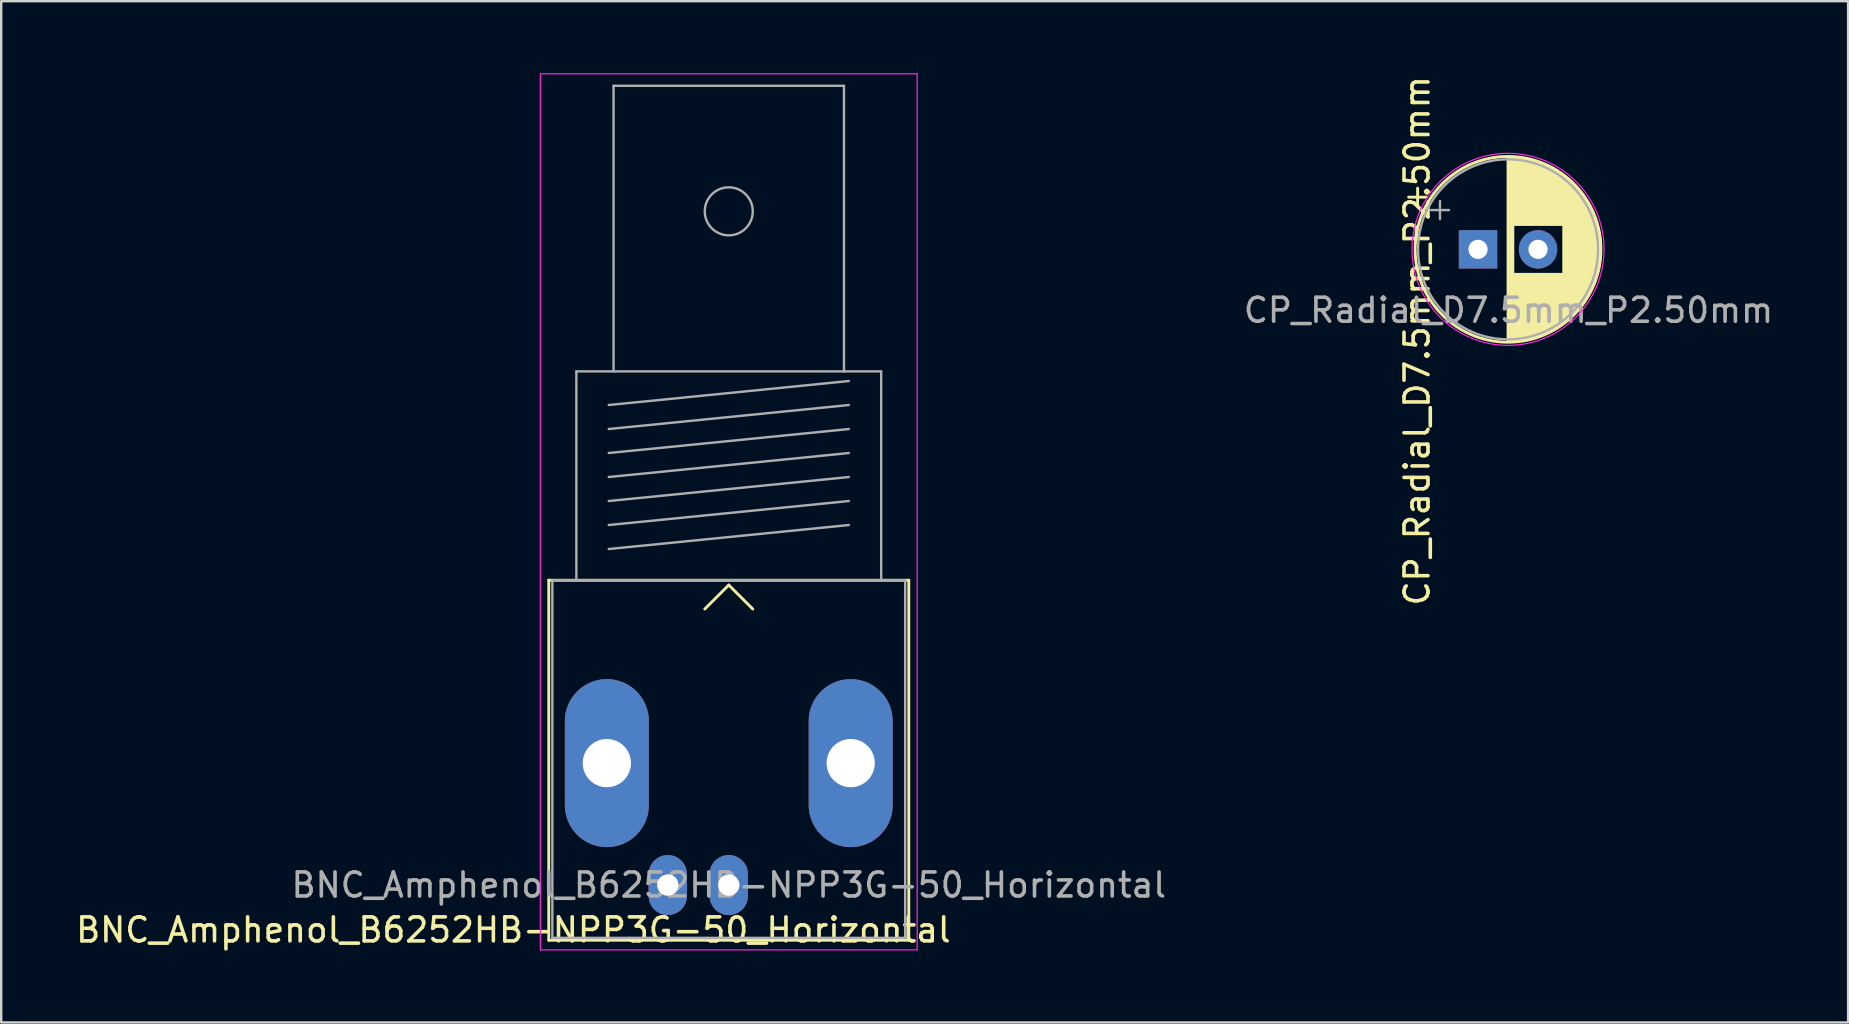
<source format=kicad_pcb>
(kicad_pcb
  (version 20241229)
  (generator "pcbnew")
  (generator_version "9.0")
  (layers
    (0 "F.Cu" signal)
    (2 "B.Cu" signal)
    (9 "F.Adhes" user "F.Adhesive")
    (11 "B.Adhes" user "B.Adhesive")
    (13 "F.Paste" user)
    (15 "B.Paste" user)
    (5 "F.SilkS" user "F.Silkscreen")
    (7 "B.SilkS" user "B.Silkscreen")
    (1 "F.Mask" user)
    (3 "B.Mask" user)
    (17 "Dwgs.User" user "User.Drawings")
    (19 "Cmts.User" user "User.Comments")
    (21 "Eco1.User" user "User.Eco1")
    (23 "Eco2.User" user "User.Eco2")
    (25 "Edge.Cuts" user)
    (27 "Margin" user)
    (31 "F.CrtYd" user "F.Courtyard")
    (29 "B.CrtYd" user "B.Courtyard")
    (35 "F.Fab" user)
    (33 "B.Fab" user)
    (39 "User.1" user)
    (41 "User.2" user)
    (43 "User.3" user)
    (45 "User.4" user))
  (footprint "CP_Radial_D7.5mm_P2.50mm"
    (layer "F.Cu")
    (at 58.532 7.339)
    (property "Reference" "CP_Radial_D7.5mm_P2.50mm" (at -2.54 3.81 270) (layer "F.SilkS") (effects (font (size 1 1) (thickness 0.15))))
    (attr through_hole)
    (fp_line (start -2.892 -2.175) (end -2.142 -2.175) (stroke (width 0.12) (type solid)) (layer "F.SilkS"))
    (fp_line (start -2.517 -2.55) (end -2.517 -1.8) (stroke (width 0.12) (type solid)) (layer "F.SilkS"))
    (fp_line (start 1.25 -3.83) (end 1.25 3.83) (stroke (width 0.12) (type solid)) (layer "F.SilkS"))
    (fp_line (start 1.29 -3.83) (end 1.29 3.83) (stroke (width 0.12) (type solid)) (layer "F.SilkS"))
    (fp_line (start 1.33 -3.83) (end 1.33 3.83) (stroke (width 0.12) (type solid)) (layer "F.SilkS"))
    (fp_line (start 1.37 -3.829) (end 1.37 3.829) (stroke (width 0.12) (type solid)) (layer "F.SilkS"))
    (fp_line (start 1.41 -3.827) (end 1.41 3.827) (stroke (width 0.12) (type solid)) (layer "F.SilkS"))
    (fp_line (start 1.45 -3.825) (end 1.45 3.825) (stroke (width 0.12) (type solid)) (layer "F.SilkS"))
    (fp_line (start 1.49 -3.823) (end 1.49 -1.04) (stroke (width 0.12) (type solid)) (layer "F.SilkS"))
    (fp_line (start 1.49 1.04) (end 1.49 3.823) (stroke (width 0.12) (type solid)) (layer "F.SilkS"))
    (fp_line (start 1.53 -3.82) (end 1.53 -1.04) (stroke (width 0.12) (type solid)) (layer "F.SilkS"))
    (fp_line (start 1.53 1.04) (end 1.53 3.82) (stroke (width 0.12) (type solid)) (layer "F.SilkS"))
    (fp_line (start 1.57 -3.817) (end 1.57 -1.04) (stroke (width 0.12) (type solid)) (layer "F.SilkS"))
    (fp_line (start 1.57 1.04) (end 1.57 3.817) (stroke (width 0.12) (type solid)) (layer "F.SilkS"))
    (fp_line (start 1.61 -3.814) (end 1.61 -1.04) (stroke (width 0.12) (type solid)) (layer "F.SilkS"))
    (fp_line (start 1.61 1.04) (end 1.61 3.814) (stroke (width 0.12) (type solid)) (layer "F.SilkS"))
    (fp_line (start 1.65 -3.81) (end 1.65 -1.04) (stroke (width 0.12) (type solid)) (layer "F.SilkS"))
    (fp_line (start 1.65 1.04) (end 1.65 3.81) (stroke (width 0.12) (type solid)) (layer "F.SilkS"))
    (fp_line (start 1.69 -3.805) (end 1.69 -1.04) (stroke (width 0.12) (type solid)) (layer "F.SilkS"))
    (fp_line (start 1.69 1.04) (end 1.69 3.805) (stroke (width 0.12) (type solid)) (layer "F.SilkS"))
    (fp_line (start 1.73 -3.801) (end 1.73 -1.04) (stroke (width 0.12) (type solid)) (layer "F.SilkS"))
    (fp_line (start 1.73 1.04) (end 1.73 3.801) (stroke (width 0.12) (type solid)) (layer "F.SilkS"))
    (fp_line (start 1.77 -3.795) (end 1.77 -1.04) (stroke (width 0.12) (type solid)) (layer "F.SilkS"))
    (fp_line (start 1.77 1.04) (end 1.77 3.795) (stroke (width 0.12) (type solid)) (layer "F.SilkS"))
    (fp_line (start 1.81 -3.79) (end 1.81 -1.04) (stroke (width 0.12) (type solid)) (layer "F.SilkS"))
    (fp_line (start 1.81 1.04) (end 1.81 3.79) (stroke (width 0.12) (type solid)) (layer "F.SilkS"))
    (fp_line (start 1.85 -3.784) (end 1.85 -1.04) (stroke (width 0.12) (type solid)) (layer "F.SilkS"))
    (fp_line (start 1.85 1.04) (end 1.85 3.784) (stroke (width 0.12) (type solid)) (layer "F.SilkS"))
    (fp_line (start 1.89 -3.777) (end 1.89 -1.04) (stroke (width 0.12) (type solid)) (layer "F.SilkS"))
    (fp_line (start 1.89 1.04) (end 1.89 3.777) (stroke (width 0.12) (type solid)) (layer "F.SilkS"))
    (fp_line (start 1.93 -3.77) (end 1.93 -1.04) (stroke (width 0.12) (type solid)) (layer "F.SilkS"))
    (fp_line (start 1.93 1.04) (end 1.93 3.77) (stroke (width 0.12) (type solid)) (layer "F.SilkS"))
    (fp_line (start 1.971 -3.763) (end 1.971 -1.04) (stroke (width 0.12) (type solid)) (layer "F.SilkS"))
    (fp_line (start 1.971 1.04) (end 1.971 3.763) (stroke (width 0.12) (type solid)) (layer "F.SilkS"))
    (fp_line (start 2.011 -3.755) (end 2.011 -1.04) (stroke (width 0.12) (type solid)) (layer "F.SilkS"))
    (fp_line (start 2.011 1.04) (end 2.011 3.755) (stroke (width 0.12) (type solid)) (layer "F.SilkS"))
    (fp_line (start 2.051 -3.747) (end 2.051 -1.04) (stroke (width 0.12) (type solid)) (layer "F.SilkS"))
    (fp_line (start 2.051 1.04) (end 2.051 3.747) (stroke (width 0.12) (type solid)) (layer "F.SilkS"))
    (fp_line (start 2.091 -3.738) (end 2.091 -1.04) (stroke (width 0.12) (type solid)) (layer "F.SilkS"))
    (fp_line (start 2.091 1.04) (end 2.091 3.738) (stroke (width 0.12) (type solid)) (layer "F.SilkS"))
    (fp_line (start 2.131 -3.729) (end 2.131 -1.04) (stroke (width 0.12) (type solid)) (layer "F.SilkS"))
    (fp_line (start 2.131 1.04) (end 2.131 3.729) (stroke (width 0.12) (type solid)) (layer "F.SilkS"))
    (fp_line (start 2.171 -3.72) (end 2.171 -1.04) (stroke (width 0.12) (type solid)) (layer "F.SilkS"))
    (fp_line (start 2.171 1.04) (end 2.171 3.72) (stroke (width 0.12) (type solid)) (layer "F.SilkS"))
    (fp_line (start 2.211 -3.71) (end 2.211 -1.04) (stroke (width 0.12) (type solid)) (layer "F.SilkS"))
    (fp_line (start 2.211 1.04) (end 2.211 3.71) (stroke (width 0.12) (type solid)) (layer "F.SilkS"))
    (fp_line (start 2.251 -3.699) (end 2.251 -1.04) (stroke (width 0.12) (type solid)) (layer "F.SilkS"))
    (fp_line (start 2.251 1.04) (end 2.251 3.699) (stroke (width 0.12) (type solid)) (layer "F.SilkS"))
    (fp_line (start 2.291 -3.688) (end 2.291 -1.04) (stroke (width 0.12) (type solid)) (layer "F.SilkS"))
    (fp_line (start 2.291 1.04) (end 2.291 3.688) (stroke (width 0.12) (type solid)) (layer "F.SilkS"))
    (fp_line (start 2.331 -3.677) (end 2.331 -1.04) (stroke (width 0.12) (type solid)) (layer "F.SilkS"))
    (fp_line (start 2.331 1.04) (end 2.331 3.677) (stroke (width 0.12) (type solid)) (layer "F.SilkS"))
    (fp_line (start 2.371 -3.665) (end 2.371 -1.04) (stroke (width 0.12) (type solid)) (layer "F.SilkS"))
    (fp_line (start 2.371 1.04) (end 2.371 3.665) (stroke (width 0.12) (type solid)) (layer "F.SilkS"))
    (fp_line (start 2.411 -3.653) (end 2.411 -1.04) (stroke (width 0.12) (type solid)) (layer "F.SilkS"))
    (fp_line (start 2.411 1.04) (end 2.411 3.653) (stroke (width 0.12) (type solid)) (layer "F.SilkS"))
    (fp_line (start 2.451 -3.64) (end 2.451 -1.04) (stroke (width 0.12) (type solid)) (layer "F.SilkS"))
    (fp_line (start 2.451 1.04) (end 2.451 3.64) (stroke (width 0.12) (type solid)) (layer "F.SilkS"))
    (fp_line (start 2.491 -3.626) (end 2.491 -1.04) (stroke (width 0.12) (type solid)) (layer "F.SilkS"))
    (fp_line (start 2.491 1.04) (end 2.491 3.626) (stroke (width 0.12) (type solid)) (layer "F.SilkS"))
    (fp_line (start 2.531 -3.613) (end 2.531 -1.04) (stroke (width 0.12) (type solid)) (layer "F.SilkS"))
    (fp_line (start 2.531 1.04) (end 2.531 3.613) (stroke (width 0.12) (type solid)) (layer "F.SilkS"))
    (fp_line (start 2.571 -3.598) (end 2.571 -1.04) (stroke (width 0.12) (type solid)) (layer "F.SilkS"))
    (fp_line (start 2.571 1.04) (end 2.571 3.598) (stroke (width 0.12) (type solid)) (layer "F.SilkS"))
    (fp_line (start 2.611 -3.584) (end 2.611 -1.04) (stroke (width 0.12) (type solid)) (layer "F.SilkS"))
    (fp_line (start 2.611 1.04) (end 2.611 3.584) (stroke (width 0.12) (type solid)) (layer "F.SilkS"))
    (fp_line (start 2.651 -3.568) (end 2.651 -1.04) (stroke (width 0.12) (type solid)) (layer "F.SilkS"))
    (fp_line (start 2.651 1.04) (end 2.651 3.568) (stroke (width 0.12) (type solid)) (layer "F.SilkS"))
    (fp_line (start 2.691 -3.553) (end 2.691 -1.04) (stroke (width 0.12) (type solid)) (layer "F.SilkS"))
    (fp_line (start 2.691 1.04) (end 2.691 3.553) (stroke (width 0.12) (type solid)) (layer "F.SilkS"))
    (fp_line (start 2.731 -3.536) (end 2.731 -1.04) (stroke (width 0.12) (type solid)) (layer "F.SilkS"))
    (fp_line (start 2.731 1.04) (end 2.731 3.536) (stroke (width 0.12) (type solid)) (layer "F.SilkS"))
    (fp_line (start 2.771 -3.52) (end 2.771 -1.04) (stroke (width 0.12) (type solid)) (layer "F.SilkS"))
    (fp_line (start 2.771 1.04) (end 2.771 3.52) (stroke (width 0.12) (type solid)) (layer "F.SilkS"))
    (fp_line (start 2.811 -3.502) (end 2.811 -1.04) (stroke (width 0.12) (type solid)) (layer "F.SilkS"))
    (fp_line (start 2.811 1.04) (end 2.811 3.502) (stroke (width 0.12) (type solid)) (layer "F.SilkS"))
    (fp_line (start 2.851 -3.484) (end 2.851 -1.04) (stroke (width 0.12) (type solid)) (layer "F.SilkS"))
    (fp_line (start 2.851 1.04) (end 2.851 3.484) (stroke (width 0.12) (type solid)) (layer "F.SilkS"))
    (fp_line (start 2.891 -3.466) (end 2.891 -1.04) (stroke (width 0.12) (type solid)) (layer "F.SilkS"))
    (fp_line (start 2.891 1.04) (end 2.891 3.466) (stroke (width 0.12) (type solid)) (layer "F.SilkS"))
    (fp_line (start 2.931 -3.447) (end 2.931 -1.04) (stroke (width 0.12) (type solid)) (layer "F.SilkS"))
    (fp_line (start 2.931 1.04) (end 2.931 3.447) (stroke (width 0.12) (type solid)) (layer "F.SilkS"))
    (fp_line (start 2.971 -3.427) (end 2.971 -1.04) (stroke (width 0.12) (type solid)) (layer "F.SilkS"))
    (fp_line (start 2.971 1.04) (end 2.971 3.427) (stroke (width 0.12) (type solid)) (layer "F.SilkS"))
    (fp_line (start 3.011 -3.407) (end 3.011 -1.04) (stroke (width 0.12) (type solid)) (layer "F.SilkS"))
    (fp_line (start 3.011 1.04) (end 3.011 3.407) (stroke (width 0.12) (type solid)) (layer "F.SilkS"))
    (fp_line (start 3.051 -3.386) (end 3.051 -1.04) (stroke (width 0.12) (type solid)) (layer "F.SilkS"))
    (fp_line (start 3.051 1.04) (end 3.051 3.386) (stroke (width 0.12) (type solid)) (layer "F.SilkS"))
    (fp_line (start 3.091 -3.365) (end 3.091 -1.04) (stroke (width 0.12) (type solid)) (layer "F.SilkS"))
    (fp_line (start 3.091 1.04) (end 3.091 3.365) (stroke (width 0.12) (type solid)) (layer "F.SilkS"))
    (fp_line (start 3.131 -3.343) (end 3.131 -1.04) (stroke (width 0.12) (type solid)) (layer "F.SilkS"))
    (fp_line (start 3.131 1.04) (end 3.131 3.343) (stroke (width 0.12) (type solid)) (layer "F.SilkS"))
    (fp_line (start 3.171 -3.321) (end 3.171 -1.04) (stroke (width 0.12) (type solid)) (layer "F.SilkS"))
    (fp_line (start 3.171 1.04) (end 3.171 3.321) (stroke (width 0.12) (type solid)) (layer "F.SilkS"))
    (fp_line (start 3.211 -3.297) (end 3.211 -1.04) (stroke (width 0.12) (type solid)) (layer "F.SilkS"))
    (fp_line (start 3.211 1.04) (end 3.211 3.297) (stroke (width 0.12) (type solid)) (layer "F.SilkS"))
    (fp_line (start 3.251 -3.274) (end 3.251 -1.04) (stroke (width 0.12) (type solid)) (layer "F.SilkS"))
    (fp_line (start 3.251 1.04) (end 3.251 3.274) (stroke (width 0.12) (type solid)) (layer "F.SilkS"))
    (fp_line (start 3.291 -3.249) (end 3.291 -1.04) (stroke (width 0.12) (type solid)) (layer "F.SilkS"))
    (fp_line (start 3.291 1.04) (end 3.291 3.249) (stroke (width 0.12) (type solid)) (layer "F.SilkS"))
    (fp_line (start 3.331 -3.224) (end 3.331 -1.04) (stroke (width 0.12) (type solid)) (layer "F.SilkS"))
    (fp_line (start 3.331 1.04) (end 3.331 3.224) (stroke (width 0.12) (type solid)) (layer "F.SilkS"))
    (fp_line (start 3.371 -3.198) (end 3.371 -1.04) (stroke (width 0.12) (type solid)) (layer "F.SilkS"))
    (fp_line (start 3.371 1.04) (end 3.371 3.198) (stroke (width 0.12) (type solid)) (layer "F.SilkS"))
    (fp_line (start 3.411 -3.172) (end 3.411 -1.04) (stroke (width 0.12) (type solid)) (layer "F.SilkS"))
    (fp_line (start 3.411 1.04) (end 3.411 3.172) (stroke (width 0.12) (type solid)) (layer "F.SilkS"))
    (fp_line (start 3.451 -3.144) (end 3.451 -1.04) (stroke (width 0.12) (type solid)) (layer "F.SilkS"))
    (fp_line (start 3.451 1.04) (end 3.451 3.144) (stroke (width 0.12) (type solid)) (layer "F.SilkS"))
    (fp_line (start 3.491 -3.116) (end 3.491 -1.04) (stroke (width 0.12) (type solid)) (layer "F.SilkS"))
    (fp_line (start 3.491 1.04) (end 3.491 3.116) (stroke (width 0.12) (type solid)) (layer "F.SilkS"))
    (fp_line (start 3.531 -3.088) (end 3.531 -1.04) (stroke (width 0.12) (type solid)) (layer "F.SilkS"))
    (fp_line (start 3.531 1.04) (end 3.531 3.088) (stroke (width 0.12) (type solid)) (layer "F.SilkS"))
    (fp_line (start 3.571 -3.058) (end 3.571 3.058) (stroke (width 0.12) (type solid)) (layer "F.SilkS"))
    (fp_line (start 3.611 -3.028) (end 3.611 3.028) (stroke (width 0.12) (type solid)) (layer "F.SilkS"))
    (fp_line (start 3.651 -2.996) (end 3.651 2.996) (stroke (width 0.12) (type solid)) (layer "F.SilkS"))
    (fp_line (start 3.691 -2.964) (end 3.691 2.964) (stroke (width 0.12) (type solid)) (layer "F.SilkS"))
    (fp_line (start 3.731 -2.931) (end 3.731 2.931) (stroke (width 0.12) (type solid)) (layer "F.SilkS"))
    (fp_line (start 3.771 -2.898) (end 3.771 2.898) (stroke (width 0.12) (type solid)) (layer "F.SilkS"))
    (fp_line (start 3.811 -2.863) (end 3.811 2.863) (stroke (width 0.12) (type solid)) (layer "F.SilkS"))
    (fp_line (start 3.851 -2.827) (end 3.851 2.827) (stroke (width 0.12) (type solid)) (layer "F.SilkS"))
    (fp_line (start 3.891 -2.79) (end 3.891 2.79) (stroke (width 0.12) (type solid)) (layer "F.SilkS"))
    (fp_line (start 3.931 -2.752) (end 3.931 2.752) (stroke (width 0.12) (type solid)) (layer "F.SilkS"))
    (fp_line (start 3.971 -2.713) (end 3.971 2.713) (stroke (width 0.12) (type solid)) (layer "F.SilkS"))
    (fp_line (start 4.011 -2.673) (end 4.011 2.673) (stroke (width 0.12) (type solid)) (layer "F.SilkS"))
    (fp_line (start 4.051 -2.632) (end 4.051 2.632) (stroke (width 0.12) (type solid)) (layer "F.SilkS"))
    (fp_line (start 4.091 -2.589) (end 4.091 2.589) (stroke (width 0.12) (type solid)) (layer "F.SilkS"))
    (fp_line (start 4.131 -2.546) (end 4.131 2.546) (stroke (width 0.12) (type solid)) (layer "F.SilkS"))
    (fp_line (start 4.171 -2.5) (end 4.171 2.5) (stroke (width 0.12) (type solid)) (layer "F.SilkS"))
    (fp_line (start 4.211 -2.454) (end 4.211 2.454) (stroke (width 0.12) (type solid)) (layer "F.SilkS"))
    (fp_line (start 4.251 -2.405) (end 4.251 2.405) (stroke (width 0.12) (type solid)) (layer "F.SilkS"))
    (fp_line (start 4.291 -2.355) (end 4.291 2.355) (stroke (width 0.12) (type solid)) (layer "F.SilkS"))
    (fp_line (start 4.331 -2.304) (end 4.331 2.304) (stroke (width 0.12) (type solid)) (layer "F.SilkS"))
    (fp_line (start 4.371 -2.25) (end 4.371 2.25) (stroke (width 0.12) (type solid)) (layer "F.SilkS"))
    (fp_line (start 4.411 -2.195) (end 4.411 2.195) (stroke (width 0.12) (type solid)) (layer "F.SilkS"))
    (fp_line (start 4.451 -2.137) (end 4.451 2.137) (stroke (width 0.12) (type solid)) (layer "F.SilkS"))
    (fp_line (start 4.491 -2.077) (end 4.491 2.077) (stroke (width 0.12) (type solid)) (layer "F.SilkS"))
    (fp_line (start 4.531 -2.014) (end 4.531 2.014) (stroke (width 0.12) (type solid)) (layer "F.SilkS"))
    (fp_line (start 4.571 -1.949) (end 4.571 1.949) (stroke (width 0.12) (type solid)) (layer "F.SilkS"))
    (fp_line (start 4.611 -1.881) (end 4.611 1.881) (stroke (width 0.12) (type solid)) (layer "F.SilkS"))
    (fp_line (start 4.651 -1.809) (end 4.651 1.809) (stroke (width 0.12) (type solid)) (layer "F.SilkS"))
    (fp_line (start 4.691 -1.733) (end 4.691 1.733) (stroke (width 0.12) (type solid)) (layer "F.SilkS"))
    (fp_line (start 4.731 -1.654) (end 4.731 1.654) (stroke (width 0.12) (type solid)) (layer "F.SilkS"))
    (fp_line (start 4.771 -1.569) (end 4.771 1.569) (stroke (width 0.12) (type solid)) (layer "F.SilkS"))
    (fp_line (start 4.811 -1.478) (end 4.811 1.478) (stroke (width 0.12) (type solid)) (layer "F.SilkS"))
    (fp_line (start 4.851 -1.381) (end 4.851 1.381) (stroke (width 0.12) (type solid)) (layer "F.SilkS"))
    (fp_line (start 4.891 -1.275) (end 4.891 1.275) (stroke (width 0.12) (type solid)) (layer "F.SilkS"))
    (fp_line (start 4.931 -1.158) (end 4.931 1.158) (stroke (width 0.12) (type solid)) (layer "F.SilkS"))
    (fp_line (start 4.971 -1.028) (end 4.971 1.028) (stroke (width 0.12) (type solid)) (layer "F.SilkS"))
    (fp_line (start 5.011 -0.877) (end 5.011 0.877) (stroke (width 0.12) (type solid)) (layer "F.SilkS"))
    (fp_line (start 5.051 -0.693) (end 5.051 0.693) (stroke (width 0.12) (type solid)) (layer "F.SilkS"))
    (fp_line (start 5.091 -0.441) (end 5.091 0.441) (stroke (width 0.12) (type solid)) (layer "F.SilkS"))
    (fp_circle (center 1.25 0) (end 5.12 0) (stroke (width 0.12) (type solid)) (fill no) (layer "F.SilkS"))
    (fp_circle (center 1.25 0) (end 5.25 0) (stroke (width 0.05) (type solid)) (fill no) (layer "F.CrtYd"))
    (fp_line (start -1.961 -1.637) (end -1.211 -1.637) (stroke (width 0.1) (type solid)) (layer "F.Fab"))
    (fp_line (start -1.586 -2.013) (end -1.586 -1.262) (stroke (width 0.1) (type solid)) (layer "F.Fab"))
    (fp_circle (center 1.25 0) (end 5 0) (stroke (width 0.1) (type solid)) (fill no) (layer "F.Fab"))
    (fp_text user "${REFERENCE}" (at 1.27 2.54 180) (layer "F.Fab") (effects (font (size 1 1) (thickness 0.15))))
    (pad "1" thru_hole rect (at 0 0) (size 1.6 1.6) (drill 0.8) (layers "*.Cu" "*.Mask"))
    (pad "2" thru_hole circle (at 2.5 0) (size 1.6 1.6) (drill 0.8) (layers "*.Cu" "*.Mask")))
  (footprint "BNC_Amphenol_B6252HB-NPP3G-50_Horizontal"
    (layer "F.Cu")
    (at 27.314 33.825)
    (property "Reference" "BNC_Amphenol_B6252HB-NPP3G-50_Horizontal" (at -8.975 1.87 180) (layer "F.SilkS") (effects (font (size 1 1) (thickness 0.15))))
    (attr through_hole)
    (fp_line (start -7.5 -12.7) (end 7.5 -12.7) (stroke (width 0.12) (type solid)) (layer "F.SilkS"))
    (fp_line (start -7.5 2.3) (end -7.5 -12.7) (stroke (width 0.12) (type solid)) (layer "F.SilkS"))
    (fp_line (start 0 -12.5) (end -1 -11.5) (stroke (width 0.12) (type solid)) (layer "F.SilkS"))
    (fp_line (start 0 -12.5) (end 1 -11.5) (stroke (width 0.12) (type solid)) (layer "F.SilkS"))
    (fp_line (start 7.5 -12.7) (end 7.5 2.3) (stroke (width 0.12) (type solid)) (layer "F.SilkS"))
    (fp_line (start 7.5 2.3) (end -7.5 2.3) (stroke (width 0.12) (type solid)) (layer "F.SilkS"))
    (fp_line (start -7.85 2.7) (end -7.85 -33.8) (stroke (width 0.05) (type solid)) (layer "F.CrtYd"))
    (fp_line (start -7.85 2.7) (end 7.85 2.7) (stroke (width 0.05) (type solid)) (layer "F.CrtYd"))
    (fp_line (start 7.85 -33.8) (end -7.85 -33.8) (stroke (width 0.05) (type solid)) (layer "F.CrtYd"))
    (fp_line (start 7.85 2.7) (end 7.85 -33.8) (stroke (width 0.05) (type solid)) (layer "F.CrtYd"))
    (fp_line (start -7.35 -12.7) (end -7.35 2.2) (stroke (width 0.1) (type solid)) (layer "F.Fab"))
    (fp_line (start -7.35 2.2) (end 7.35 2.2) (stroke (width 0.1) (type solid)) (layer "F.Fab"))
    (fp_line (start -6.35 -21.4) (end -6.35 -12.7) (stroke (width 0.1) (type solid)) (layer "F.Fab"))
    (fp_line (start -5 -20) (end 5 -21) (stroke (width 0.1) (type solid)) (layer "F.Fab"))
    (fp_line (start -5 -19) (end 5 -20) (stroke (width 0.1) (type solid)) (layer "F.Fab"))
    (fp_line (start -5 -18) (end 5 -19) (stroke (width 0.1) (type solid)) (layer "F.Fab"))
    (fp_line (start -5 -17) (end 5 -18) (stroke (width 0.1) (type solid)) (layer "F.Fab"))
    (fp_line (start -5 -16) (end 5 -17) (stroke (width 0.1) (type solid)) (layer "F.Fab"))
    (fp_line (start -5 -15) (end 5 -16) (stroke (width 0.1) (type solid)) (layer "F.Fab"))
    (fp_line (start -5 -14) (end 5 -15) (stroke (width 0.1) (type solid)) (layer "F.Fab"))
    (fp_line (start -4.8 -33.3) (end -4.8 -21.4) (stroke (width 0.1) (type solid)) (layer "F.Fab"))
    (fp_line (start 4.8 -33.3) (end -4.8 -33.3) (stroke (width 0.1) (type solid)) (layer "F.Fab"))
    (fp_line (start 4.8 -21.4) (end 4.8 -33.3) (stroke (width 0.1) (type solid)) (layer "F.Fab"))
    (fp_line (start 6.35 -21.4) (end -6.35 -21.4) (stroke (width 0.1) (type solid)) (layer "F.Fab"))
    (fp_line (start 6.35 -12.7) (end 6.35 -21.4) (stroke (width 0.1) (type solid)) (layer "F.Fab"))
    (fp_line (start 7.35 -12.7) (end -7.35 -12.7) (stroke (width 0.1) (type solid)) (layer "F.Fab"))
    (fp_line (start 7.35 2.2) (end 7.35 -12.7) (stroke (width 0.1) (type solid)) (layer "F.Fab"))
    (fp_circle (center 0 -28.07) (end 1 -28.07) (stroke (width 0.1) (type solid)) (fill no) (layer "F.Fab"))
    (fp_text user "${REFERENCE}" (at 0 0 180) (layer "F.Fab") (effects (font (size 1 1) (thickness 0.15))))
    (pad "1" thru_hole oval (at 0 0) (size 1.6 2.5) (drill 0.89) (layers "*.Cu" "*.Mask"))
    (pad "2" thru_hole oval (at -5.08 -5.08) (size 3.5 7) (drill 2.01) (layers "*.Cu" "*.Mask"))
    (pad "2" thru_hole oval (at -2.54 0) (size 1.6 2.5) (drill 0.89) (layers "*.Cu" "*.Mask"))
    (pad "2" thru_hole oval (at 5.08 -5.08) (size 3.5 7) (drill 2.01) (layers "*.Cu" "*.Mask")))
  (gr_rect
    (start -3 -3)
    (end 73.951 39.55)
    (stroke (width 0.1) (type default))
    (fill no)
    (layer "Edge.Cuts")))
</source>
